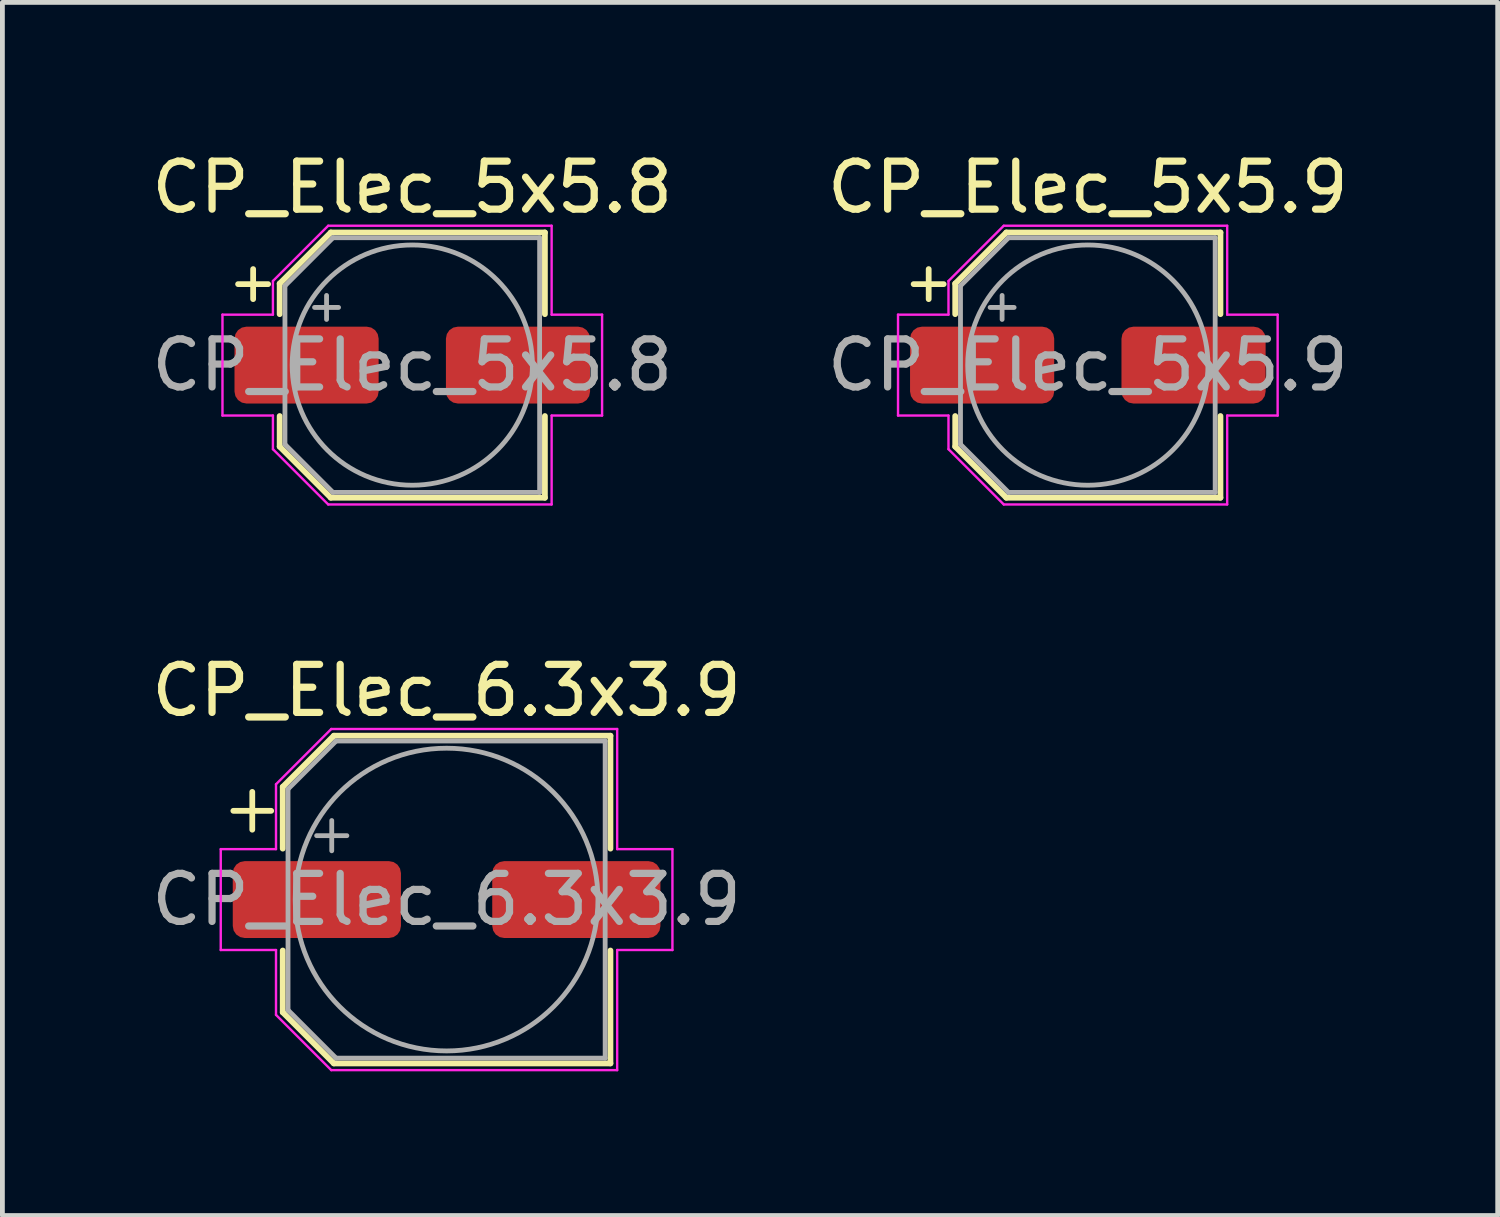
<source format=kicad_pcb>
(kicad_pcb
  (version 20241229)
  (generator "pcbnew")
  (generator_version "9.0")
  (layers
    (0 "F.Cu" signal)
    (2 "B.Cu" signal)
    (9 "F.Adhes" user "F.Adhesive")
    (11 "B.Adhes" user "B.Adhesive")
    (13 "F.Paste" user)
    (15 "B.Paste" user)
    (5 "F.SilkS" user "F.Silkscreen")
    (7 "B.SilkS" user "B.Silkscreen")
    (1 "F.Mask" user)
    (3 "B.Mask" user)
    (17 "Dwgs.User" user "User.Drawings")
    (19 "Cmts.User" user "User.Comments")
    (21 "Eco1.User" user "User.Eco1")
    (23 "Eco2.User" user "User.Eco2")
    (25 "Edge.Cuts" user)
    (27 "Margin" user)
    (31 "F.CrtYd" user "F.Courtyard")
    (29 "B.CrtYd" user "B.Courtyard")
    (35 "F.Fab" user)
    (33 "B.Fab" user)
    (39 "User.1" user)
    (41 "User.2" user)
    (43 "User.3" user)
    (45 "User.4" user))
  (footprint "CP_Elec_5x5.8"
    (layer "F.Cu")
    (at 5.53 4.548)
    (property "Reference" "CP_Elec_5x5.8" (at 0 -3.7 0) (layer "F.SilkS") (effects (font (size 1 1) (thickness 0.15))))
    (attr smd)
    (fp_line (start -3.625 -1.685) (end -3 -1.685) (stroke (width 0.12) (type solid)) (layer "F.SilkS"))
    (fp_line (start -3.312 -1.998) (end -3.312 -1.373) (stroke (width 0.12) (type solid)) (layer "F.SilkS"))
    (fp_line (start -2.76 -1.696) (end -2.76 -1.06) (stroke (width 0.12) (type solid)) (layer "F.SilkS"))
    (fp_line (start -2.76 -1.696) (end -1.696 -2.76) (stroke (width 0.12) (type solid)) (layer "F.SilkS"))
    (fp_line (start -2.76 1.696) (end -2.76 1.06) (stroke (width 0.12) (type solid)) (layer "F.SilkS"))
    (fp_line (start -2.76 1.696) (end -1.696 2.76) (stroke (width 0.12) (type solid)) (layer "F.SilkS"))
    (fp_line (start -1.696 -2.76) (end 2.76 -2.76) (stroke (width 0.12) (type solid)) (layer "F.SilkS"))
    (fp_line (start -1.696 2.76) (end 2.76 2.76) (stroke (width 0.12) (type solid)) (layer "F.SilkS"))
    (fp_line (start 2.76 -2.76) (end 2.76 -1.06) (stroke (width 0.12) (type solid)) (layer "F.SilkS"))
    (fp_line (start 2.76 2.76) (end 2.76 1.06) (stroke (width 0.12) (type solid)) (layer "F.SilkS"))
    (fp_line (start -3.95 -1.05) (end -3.95 1.05) (stroke (width 0.05) (type solid)) (layer "F.CrtYd"))
    (fp_line (start -3.95 1.05) (end -2.9 1.05) (stroke (width 0.05) (type solid)) (layer "F.CrtYd"))
    (fp_line (start -2.9 -1.75) (end -2.9 -1.05) (stroke (width 0.05) (type solid)) (layer "F.CrtYd"))
    (fp_line (start -2.9 -1.75) (end -1.75 -2.9) (stroke (width 0.05) (type solid)) (layer "F.CrtYd"))
    (fp_line (start -2.9 -1.05) (end -3.95 -1.05) (stroke (width 0.05) (type solid)) (layer "F.CrtYd"))
    (fp_line (start -2.9 1.05) (end -2.9 1.75) (stroke (width 0.05) (type solid)) (layer "F.CrtYd"))
    (fp_line (start -2.9 1.75) (end -1.75 2.9) (stroke (width 0.05) (type solid)) (layer "F.CrtYd"))
    (fp_line (start -1.75 -2.9) (end 2.9 -2.9) (stroke (width 0.05) (type solid)) (layer "F.CrtYd"))
    (fp_line (start -1.75 2.9) (end 2.9 2.9) (stroke (width 0.05) (type solid)) (layer "F.CrtYd"))
    (fp_line (start 2.9 -2.9) (end 2.9 -1.05) (stroke (width 0.05) (type solid)) (layer "F.CrtYd"))
    (fp_line (start 2.9 -1.05) (end 3.95 -1.05) (stroke (width 0.05) (type solid)) (layer "F.CrtYd"))
    (fp_line (start 2.9 1.05) (end 2.9 2.9) (stroke (width 0.05) (type solid)) (layer "F.CrtYd"))
    (fp_line (start 3.95 -1.05) (end 3.95 1.05) (stroke (width 0.05) (type solid)) (layer "F.CrtYd"))
    (fp_line (start 3.95 1.05) (end 2.9 1.05) (stroke (width 0.05) (type solid)) (layer "F.CrtYd"))
    (fp_line (start -2.65 -1.65) (end -2.65 1.65) (stroke (width 0.1) (type solid)) (layer "F.Fab"))
    (fp_line (start -2.65 -1.65) (end -1.65 -2.65) (stroke (width 0.1) (type solid)) (layer "F.Fab"))
    (fp_line (start -2.65 1.65) (end -1.65 2.65) (stroke (width 0.1) (type solid)) (layer "F.Fab"))
    (fp_line (start -2.034 -1.2) (end -1.534 -1.2) (stroke (width 0.1) (type solid)) (layer "F.Fab"))
    (fp_line (start -1.784 -1.45) (end -1.784 -0.95) (stroke (width 0.1) (type solid)) (layer "F.Fab"))
    (fp_line (start -1.65 -2.65) (end 2.65 -2.65) (stroke (width 0.1) (type solid)) (layer "F.Fab"))
    (fp_line (start -1.65 2.65) (end 2.65 2.65) (stroke (width 0.1) (type solid)) (layer "F.Fab"))
    (fp_line (start 2.65 -2.65) (end 2.65 2.65) (stroke (width 0.1) (type solid)) (layer "F.Fab"))
    (fp_circle (center 0 0) (end 2.5 0) (stroke (width 0.1) (type solid)) (fill no) (layer "F.Fab"))
    (fp_text user "${REFERENCE}" (at 0 0 0) (layer "F.Fab") (effects (font (size 1 1) (thickness 0.15))))
    (pad "1" smd roundrect (at -2.2 0) (size 3 1.6) (layers "F.Cu" "F.Mask" "F.Paste") (roundrect_rratio 0.156))
    (pad "2" smd roundrect (at 2.2 0) (size 3 1.6) (layers "F.Cu" "F.Mask" "F.Paste") (roundrect_rratio 0.156)))
  (footprint "CP_Elec_6.3x3.9"
    (layer "F.Cu")
    (at 6.244 15.671)
    (property "Reference" "CP_Elec_6.3x3.9" (at 0 -4.35 0) (layer "F.SilkS") (effects (font (size 1 1) (thickness 0.15))))
    (attr smd)
    (fp_line (start -4.438 -1.847) (end -3.65 -1.847) (stroke (width 0.12) (type solid)) (layer "F.SilkS"))
    (fp_line (start -4.044 -2.241) (end -4.044 -1.454) (stroke (width 0.12) (type solid)) (layer "F.SilkS"))
    (fp_line (start -3.41 -2.346) (end -3.41 -1.06) (stroke (width 0.12) (type solid)) (layer "F.SilkS"))
    (fp_line (start -3.41 -2.346) (end -2.346 -3.41) (stroke (width 0.12) (type solid)) (layer "F.SilkS"))
    (fp_line (start -3.41 2.346) (end -3.41 1.06) (stroke (width 0.12) (type solid)) (layer "F.SilkS"))
    (fp_line (start -3.41 2.346) (end -2.346 3.41) (stroke (width 0.12) (type solid)) (layer "F.SilkS"))
    (fp_line (start -2.346 -3.41) (end 3.41 -3.41) (stroke (width 0.12) (type solid)) (layer "F.SilkS"))
    (fp_line (start -2.346 3.41) (end 3.41 3.41) (stroke (width 0.12) (type solid)) (layer "F.SilkS"))
    (fp_line (start 3.41 -3.41) (end 3.41 -1.06) (stroke (width 0.12) (type solid)) (layer "F.SilkS"))
    (fp_line (start 3.41 3.41) (end 3.41 1.06) (stroke (width 0.12) (type solid)) (layer "F.SilkS"))
    (fp_line (start -4.7 -1.05) (end -4.7 1.05) (stroke (width 0.05) (type solid)) (layer "F.CrtYd"))
    (fp_line (start -4.7 1.05) (end -3.55 1.05) (stroke (width 0.05) (type solid)) (layer "F.CrtYd"))
    (fp_line (start -3.55 -2.4) (end -3.55 -1.05) (stroke (width 0.05) (type solid)) (layer "F.CrtYd"))
    (fp_line (start -3.55 -2.4) (end -2.4 -3.55) (stroke (width 0.05) (type solid)) (layer "F.CrtYd"))
    (fp_line (start -3.55 -1.05) (end -4.7 -1.05) (stroke (width 0.05) (type solid)) (layer "F.CrtYd"))
    (fp_line (start -3.55 1.05) (end -3.55 2.4) (stroke (width 0.05) (type solid)) (layer "F.CrtYd"))
    (fp_line (start -3.55 2.4) (end -2.4 3.55) (stroke (width 0.05) (type solid)) (layer "F.CrtYd"))
    (fp_line (start -2.4 -3.55) (end 3.55 -3.55) (stroke (width 0.05) (type solid)) (layer "F.CrtYd"))
    (fp_line (start -2.4 3.55) (end 3.55 3.55) (stroke (width 0.05) (type solid)) (layer "F.CrtYd"))
    (fp_line (start 3.55 -3.55) (end 3.55 -1.05) (stroke (width 0.05) (type solid)) (layer "F.CrtYd"))
    (fp_line (start 3.55 -1.05) (end 4.7 -1.05) (stroke (width 0.05) (type solid)) (layer "F.CrtYd"))
    (fp_line (start 3.55 1.05) (end 3.55 3.55) (stroke (width 0.05) (type solid)) (layer "F.CrtYd"))
    (fp_line (start 4.7 -1.05) (end 4.7 1.05) (stroke (width 0.05) (type solid)) (layer "F.CrtYd"))
    (fp_line (start 4.7 1.05) (end 3.55 1.05) (stroke (width 0.05) (type solid)) (layer "F.CrtYd"))
    (fp_line (start -3.3 -2.3) (end -3.3 2.3) (stroke (width 0.1) (type solid)) (layer "F.Fab"))
    (fp_line (start -3.3 -2.3) (end -2.3 -3.3) (stroke (width 0.1) (type solid)) (layer "F.Fab"))
    (fp_line (start -3.3 2.3) (end -2.3 3.3) (stroke (width 0.1) (type solid)) (layer "F.Fab"))
    (fp_line (start -2.705 -1.33) (end -2.075 -1.33) (stroke (width 0.1) (type solid)) (layer "F.Fab"))
    (fp_line (start -2.39 -1.645) (end -2.39 -1.015) (stroke (width 0.1) (type solid)) (layer "F.Fab"))
    (fp_line (start -2.3 -3.3) (end 3.3 -3.3) (stroke (width 0.1) (type solid)) (layer "F.Fab"))
    (fp_line (start -2.3 3.3) (end 3.3 3.3) (stroke (width 0.1) (type solid)) (layer "F.Fab"))
    (fp_line (start 3.3 -3.3) (end 3.3 3.3) (stroke (width 0.1) (type solid)) (layer "F.Fab"))
    (fp_circle (center 0 0) (end 3.15 0) (stroke (width 0.1) (type solid)) (fill no) (layer "F.Fab"))
    (fp_text user "${REFERENCE}" (at 0 0 0) (layer "F.Fab") (effects (font (size 1 1) (thickness 0.15))))
    (pad "1" smd roundrect (at -2.7 0) (size 3.5 1.6) (layers "F.Cu" "F.Mask" "F.Paste") (roundrect_rratio 0.156))
    (pad "2" smd roundrect (at 2.7 0) (size 3.5 1.6) (layers "F.Cu" "F.Mask" "F.Paste") (roundrect_rratio 0.156)))
  (footprint "CP_Elec_5x5.9"
    (layer "F.Cu")
    (at 19.589 4.548)
    (property "Reference" "CP_Elec_5x5.9" (at 0 -3.7 0) (layer "F.SilkS") (effects (font (size 1 1) (thickness 0.15))))
    (attr smd)
    (fp_line (start -3.625 -1.685) (end -3 -1.685) (stroke (width 0.12) (type solid)) (layer "F.SilkS"))
    (fp_line (start -3.312 -1.998) (end -3.312 -1.373) (stroke (width 0.12) (type solid)) (layer "F.SilkS"))
    (fp_line (start -2.76 -1.696) (end -2.76 -1.06) (stroke (width 0.12) (type solid)) (layer "F.SilkS"))
    (fp_line (start -2.76 -1.696) (end -1.696 -2.76) (stroke (width 0.12) (type solid)) (layer "F.SilkS"))
    (fp_line (start -2.76 1.696) (end -2.76 1.06) (stroke (width 0.12) (type solid)) (layer "F.SilkS"))
    (fp_line (start -2.76 1.696) (end -1.696 2.76) (stroke (width 0.12) (type solid)) (layer "F.SilkS"))
    (fp_line (start -1.696 -2.76) (end 2.76 -2.76) (stroke (width 0.12) (type solid)) (layer "F.SilkS"))
    (fp_line (start -1.696 2.76) (end 2.76 2.76) (stroke (width 0.12) (type solid)) (layer "F.SilkS"))
    (fp_line (start 2.76 -2.76) (end 2.76 -1.06) (stroke (width 0.12) (type solid)) (layer "F.SilkS"))
    (fp_line (start 2.76 2.76) (end 2.76 1.06) (stroke (width 0.12) (type solid)) (layer "F.SilkS"))
    (fp_line (start -3.95 -1.05) (end -3.95 1.05) (stroke (width 0.05) (type solid)) (layer "F.CrtYd"))
    (fp_line (start -3.95 1.05) (end -2.9 1.05) (stroke (width 0.05) (type solid)) (layer "F.CrtYd"))
    (fp_line (start -2.9 -1.75) (end -2.9 -1.05) (stroke (width 0.05) (type solid)) (layer "F.CrtYd"))
    (fp_line (start -2.9 -1.75) (end -1.75 -2.9) (stroke (width 0.05) (type solid)) (layer "F.CrtYd"))
    (fp_line (start -2.9 -1.05) (end -3.95 -1.05) (stroke (width 0.05) (type solid)) (layer "F.CrtYd"))
    (fp_line (start -2.9 1.05) (end -2.9 1.75) (stroke (width 0.05) (type solid)) (layer "F.CrtYd"))
    (fp_line (start -2.9 1.75) (end -1.75 2.9) (stroke (width 0.05) (type solid)) (layer "F.CrtYd"))
    (fp_line (start -1.75 -2.9) (end 2.9 -2.9) (stroke (width 0.05) (type solid)) (layer "F.CrtYd"))
    (fp_line (start -1.75 2.9) (end 2.9 2.9) (stroke (width 0.05) (type solid)) (layer "F.CrtYd"))
    (fp_line (start 2.9 -2.9) (end 2.9 -1.05) (stroke (width 0.05) (type solid)) (layer "F.CrtYd"))
    (fp_line (start 2.9 -1.05) (end 3.95 -1.05) (stroke (width 0.05) (type solid)) (layer "F.CrtYd"))
    (fp_line (start 2.9 1.05) (end 2.9 2.9) (stroke (width 0.05) (type solid)) (layer "F.CrtYd"))
    (fp_line (start 3.95 -1.05) (end 3.95 1.05) (stroke (width 0.05) (type solid)) (layer "F.CrtYd"))
    (fp_line (start 3.95 1.05) (end 2.9 1.05) (stroke (width 0.05) (type solid)) (layer "F.CrtYd"))
    (fp_line (start -2.65 -1.65) (end -2.65 1.65) (stroke (width 0.1) (type solid)) (layer "F.Fab"))
    (fp_line (start -2.65 -1.65) (end -1.65 -2.65) (stroke (width 0.1) (type solid)) (layer "F.Fab"))
    (fp_line (start -2.65 1.65) (end -1.65 2.65) (stroke (width 0.1) (type solid)) (layer "F.Fab"))
    (fp_line (start -2.034 -1.2) (end -1.534 -1.2) (stroke (width 0.1) (type solid)) (layer "F.Fab"))
    (fp_line (start -1.784 -1.45) (end -1.784 -0.95) (stroke (width 0.1) (type solid)) (layer "F.Fab"))
    (fp_line (start -1.65 -2.65) (end 2.65 -2.65) (stroke (width 0.1) (type solid)) (layer "F.Fab"))
    (fp_line (start -1.65 2.65) (end 2.65 2.65) (stroke (width 0.1) (type solid)) (layer "F.Fab"))
    (fp_line (start 2.65 -2.65) (end 2.65 2.65) (stroke (width 0.1) (type solid)) (layer "F.Fab"))
    (fp_circle (center 0 0) (end 2.5 0) (stroke (width 0.1) (type solid)) (fill no) (layer "F.Fab"))
    (fp_text user "${REFERENCE}" (at 0 0 0) (layer "F.Fab") (effects (font (size 1 1) (thickness 0.15))))
    (pad "1" smd roundrect (at -2.2 0) (size 3 1.6) (layers "F.Cu" "F.Mask" "F.Paste") (roundrect_rratio 0.156))
    (pad "2" smd roundrect (at 2.2 0) (size 3 1.6) (layers "F.Cu" "F.Mask" "F.Paste") (roundrect_rratio 0.156)))
  (gr_rect
    (start -3 -3)
    (end 28.119 22.247)
    (stroke (width 0.1) (type default))
    (fill no)
    (layer "Edge.Cuts")))
</source>
